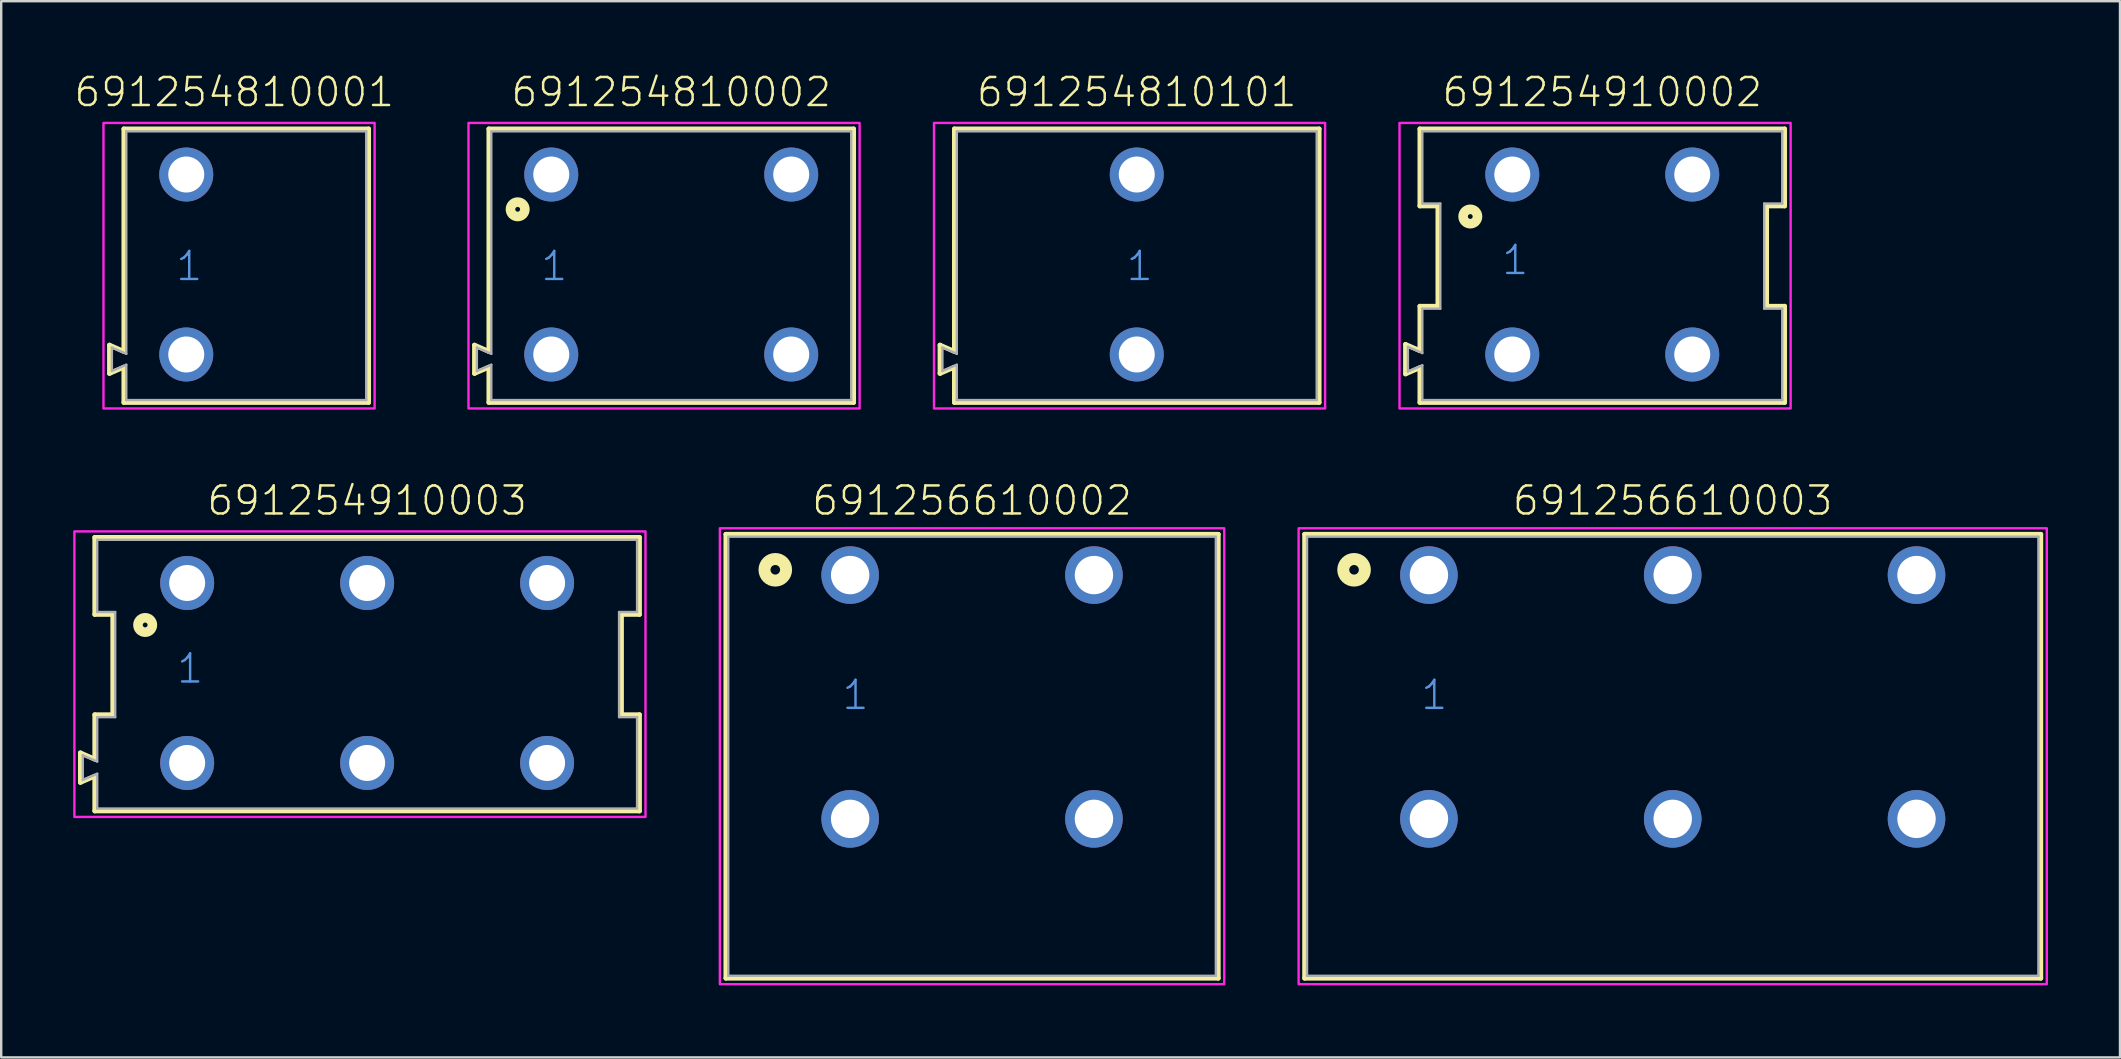
<source format=kicad_pcb>
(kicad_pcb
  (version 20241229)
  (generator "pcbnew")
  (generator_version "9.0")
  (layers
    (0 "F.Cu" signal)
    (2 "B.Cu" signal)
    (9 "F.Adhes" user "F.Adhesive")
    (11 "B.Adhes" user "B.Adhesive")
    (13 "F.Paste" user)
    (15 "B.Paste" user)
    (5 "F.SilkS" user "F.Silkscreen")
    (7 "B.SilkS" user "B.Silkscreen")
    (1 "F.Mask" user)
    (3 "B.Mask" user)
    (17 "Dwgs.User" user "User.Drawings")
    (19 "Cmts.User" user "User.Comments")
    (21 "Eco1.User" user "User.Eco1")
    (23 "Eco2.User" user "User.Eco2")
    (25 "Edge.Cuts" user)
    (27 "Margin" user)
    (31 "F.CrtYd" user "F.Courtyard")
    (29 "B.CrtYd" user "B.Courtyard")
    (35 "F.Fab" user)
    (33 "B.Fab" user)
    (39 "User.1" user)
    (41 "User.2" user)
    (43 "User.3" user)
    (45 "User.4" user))
  (footprint "691254910003"
    (layer "F.Cu")
    (at 12.25 24.996)
    (property "Reference" "691254910003" (at 0 -6.5 0) (unlocked yes) (layer "F.SilkS") (effects (font (size 1.168 1.168) (thickness 0.102)) (justify bottom)))
    (fp_line (start -11.95 3.33) (end -11.35 3.59) (stroke (width 0.2) (type solid)) (layer "F.SilkS"))
    (fp_line (start -11.95 4.56) (end -11.95 3.33) (stroke (width 0.2) (type solid)) (layer "F.SilkS"))
    (fp_line (start -11.35 -5.65) (end 11.35 -5.65) (stroke (width 0.2) (type solid)) (layer "F.SilkS"))
    (fp_line (start -11.35 -2.44) (end -11.35 -5.65) (stroke (width 0.2) (type solid)) (layer "F.SilkS"))
    (fp_line (start -11.35 1.74) (end -10.6 1.74) (stroke (width 0.2) (type solid)) (layer "F.SilkS"))
    (fp_line (start -11.35 3.59) (end -11.35 1.74) (stroke (width 0.2) (type solid)) (layer "F.SilkS"))
    (fp_line (start -11.35 4.3) (end -11.95 4.56) (stroke (width 0.2) (type solid)) (layer "F.SilkS"))
    (fp_line (start -11.35 5.75) (end -11.35 4.3) (stroke (width 0.2) (type solid)) (layer "F.SilkS"))
    (fp_line (start -10.6 -2.44) (end -11.35 -2.44) (stroke (width 0.2) (type solid)) (layer "F.SilkS"))
    (fp_line (start -10.6 1.74) (end -10.6 -2.44) (stroke (width 0.2) (type solid)) (layer "F.SilkS"))
    (fp_line (start 10.6 -2.44) (end 10.6 1.74) (stroke (width 0.2) (type solid)) (layer "F.SilkS"))
    (fp_line (start 10.6 1.74) (end 11.35 1.74) (stroke (width 0.2) (type solid)) (layer "F.SilkS"))
    (fp_line (start 11.35 -5.65) (end 11.35 -2.44) (stroke (width 0.2) (type solid)) (layer "F.SilkS"))
    (fp_line (start 11.35 -2.44) (end 10.6 -2.44) (stroke (width 0.2) (type solid)) (layer "F.SilkS"))
    (fp_line (start 11.35 1.74) (end 11.35 5.75) (stroke (width 0.2) (type solid)) (layer "F.SilkS"))
    (fp_line (start 11.35 5.75) (end -11.35 5.75) (stroke (width 0.2) (type solid)) (layer "F.SilkS"))
    (fp_circle (center -9.25 -2) (end -9.15 -2) (stroke (width 0.4) (type solid)) (fill no) (layer "F.SilkS"))
    (fp_poly (pts (xy 11.6 6) (xy -12.2 6) (xy -12.2 -5.9) (xy 11.6 -5.9)) (stroke (width 0.1) (type default)) (fill no) (layer "F.CrtYd"))
    (fp_line (start -11.85 4.46) (end -11.85 3.43) (stroke (width 0.1) (type solid)) (layer "F.Fab"))
    (fp_line (start -11.85 4.46) (end -11.25 4.2) (stroke (width 0.1) (type solid)) (layer "F.Fab"))
    (fp_line (start -11.25 -5.55) (end -11.25 -2.54) (stroke (width 0.1) (type solid)) (layer "F.Fab"))
    (fp_line (start -11.25 -5.55) (end 11.25 -5.55) (stroke (width 0.1) (type solid)) (layer "F.Fab"))
    (fp_line (start -11.25 -2.54) (end -10.5 -2.54) (stroke (width 0.1) (type solid)) (layer "F.Fab"))
    (fp_line (start -11.25 1.84) (end -11.25 3.69) (stroke (width 0.1) (type solid)) (layer "F.Fab"))
    (fp_line (start -11.25 3.69) (end -11.85 3.43) (stroke (width 0.1) (type solid)) (layer "F.Fab"))
    (fp_line (start -11.25 4.2) (end -11.25 5.65) (stroke (width 0.1) (type solid)) (layer "F.Fab"))
    (fp_line (start -10.5 -2.54) (end -10.5 1.84) (stroke (width 0.1) (type solid)) (layer "F.Fab"))
    (fp_line (start -10.5 1.84) (end -11.25 1.84) (stroke (width 0.1) (type solid)) (layer "F.Fab"))
    (fp_line (start 10.5 -2.54) (end 10.5 1.84) (stroke (width 0.1) (type solid)) (layer "F.Fab"))
    (fp_line (start 10.5 1.84) (end 11.25 1.84) (stroke (width 0.1) (type solid)) (layer "F.Fab"))
    (fp_line (start 11.25 -5.55) (end 11.25 -2.54) (stroke (width 0.1) (type solid)) (layer "F.Fab"))
    (fp_line (start 11.25 -2.54) (end 10.5 -2.54) (stroke (width 0.1) (type solid)) (layer "F.Fab"))
    (fp_line (start 11.25 1.84) (end 11.25 5.65) (stroke (width 0.1) (type solid)) (layer "F.Fab"))
    (fp_line (start 11.25 5.65) (end -11.25 5.65) (stroke (width 0.1) (type solid)) (layer "F.Fab"))
    (fp_text user "1" (at -8 0.5 0) (unlocked yes) (layer "Cmts.User") (effects (font (size 1.168 1.168) (thickness 0.102)) (justify left bottom)))
    (pad "1" thru_hole circle (at -7.5 -3.75) (size 2.25 2.25) (drill 1.5) (layers "*.Cu" "*.Mask"))
    (pad "2" thru_hole circle (at 0 -3.75) (size 2.25 2.25) (drill 1.5) (layers "*.Cu" "*.Mask"))
    (pad "3" thru_hole circle (at 7.5 -3.75) (size 2.25 2.25) (drill 1.5) (layers "*.Cu" "*.Mask"))
    (pad "A1" thru_hole circle (at -7.5 3.75) (size 2.25 2.25) (drill 1.5) (layers "*.Cu" "*.Mask"))
    (pad "A2" thru_hole circle (at 0 3.75) (size 2.25 2.25) (drill 1.5) (layers "*.Cu" "*.Mask"))
    (pad "A3" thru_hole circle (at 7.5 3.75) (size 2.25 2.25) (drill 1.5) (layers "*.Cu" "*.Mask")))
  (footprint "691254910002"
    (layer "F.Cu")
    (at 63.724 7.973)
    (property "Reference" "691254910002" (at 0 -6.5 0) (unlocked yes) (layer "F.SilkS") (effects (font (size 1.168 1.168) (thickness 0.102)) (justify bottom)))
    (fp_line (start -8.2 3.33) (end -7.6 3.59) (stroke (width 0.2) (type solid)) (layer "F.SilkS"))
    (fp_line (start -8.2 4.56) (end -8.2 3.33) (stroke (width 0.2) (type solid)) (layer "F.SilkS"))
    (fp_line (start -7.6 -5.65) (end 7.6 -5.65) (stroke (width 0.2) (type solid)) (layer "F.SilkS"))
    (fp_line (start -7.6 -2.44) (end -7.6 -5.65) (stroke (width 0.2) (type solid)) (layer "F.SilkS"))
    (fp_line (start -7.6 1.74) (end -6.85 1.74) (stroke (width 0.2) (type solid)) (layer "F.SilkS"))
    (fp_line (start -7.6 3.59) (end -7.6 1.74) (stroke (width 0.2) (type solid)) (layer "F.SilkS"))
    (fp_line (start -7.6 4.3) (end -8.2 4.56) (stroke (width 0.2) (type solid)) (layer "F.SilkS"))
    (fp_line (start -7.6 5.75) (end -7.6 4.3) (stroke (width 0.2) (type solid)) (layer "F.SilkS"))
    (fp_line (start -6.85 -2.44) (end -7.6 -2.44) (stroke (width 0.2) (type solid)) (layer "F.SilkS"))
    (fp_line (start -6.85 1.74) (end -6.85 -2.44) (stroke (width 0.2) (type solid)) (layer "F.SilkS"))
    (fp_line (start 6.85 -2.44) (end 6.85 1.74) (stroke (width 0.2) (type solid)) (layer "F.SilkS"))
    (fp_line (start 6.85 1.74) (end 7.6 1.74) (stroke (width 0.2) (type solid)) (layer "F.SilkS"))
    (fp_line (start 7.6 -5.65) (end 7.6 -2.44) (stroke (width 0.2) (type solid)) (layer "F.SilkS"))
    (fp_line (start 7.6 -2.44) (end 6.85 -2.44) (stroke (width 0.2) (type solid)) (layer "F.SilkS"))
    (fp_line (start 7.6 1.74) (end 7.6 5.75) (stroke (width 0.2) (type solid)) (layer "F.SilkS"))
    (fp_line (start 7.6 5.75) (end -7.6 5.75) (stroke (width 0.2) (type solid)) (layer "F.SilkS"))
    (fp_circle (center -5.5 -2) (end -5.4 -2) (stroke (width 0.4) (type solid)) (fill no) (layer "F.SilkS"))
    (fp_poly (pts (xy 7.85 6) (xy -8.45 6) (xy -8.45 -5.9) (xy 7.85 -5.9)) (stroke (width 0.1) (type default)) (fill no) (layer "F.CrtYd"))
    (fp_line (start -8.1 4.46) (end -8.1 3.43) (stroke (width 0.1) (type solid)) (layer "F.Fab"))
    (fp_line (start -8.1 4.46) (end -7.5 4.2) (stroke (width 0.1) (type solid)) (layer "F.Fab"))
    (fp_line (start -7.5 -5.55) (end -7.5 -2.54) (stroke (width 0.1) (type solid)) (layer "F.Fab"))
    (fp_line (start -7.5 -5.55) (end 7.5 -5.55) (stroke (width 0.1) (type solid)) (layer "F.Fab"))
    (fp_line (start -7.5 -2.54) (end -6.75 -2.54) (stroke (width 0.1) (type solid)) (layer "F.Fab"))
    (fp_line (start -7.5 1.84) (end -7.5 3.69) (stroke (width 0.1) (type solid)) (layer "F.Fab"))
    (fp_line (start -7.5 3.69) (end -8.1 3.43) (stroke (width 0.1) (type solid)) (layer "F.Fab"))
    (fp_line (start -7.5 4.2) (end -7.5 5.65) (stroke (width 0.1) (type solid)) (layer "F.Fab"))
    (fp_line (start -6.75 -2.54) (end -6.75 1.84) (stroke (width 0.1) (type solid)) (layer "F.Fab"))
    (fp_line (start -6.75 1.84) (end -7.5 1.84) (stroke (width 0.1) (type solid)) (layer "F.Fab"))
    (fp_line (start 6.75 -2.54) (end 6.75 1.84) (stroke (width 0.1) (type solid)) (layer "F.Fab"))
    (fp_line (start 6.75 1.84) (end 7.5 1.84) (stroke (width 0.1) (type solid)) (layer "F.Fab"))
    (fp_line (start 7.5 -5.55) (end 7.5 -2.54) (stroke (width 0.1) (type solid)) (layer "F.Fab"))
    (fp_line (start 7.5 -2.54) (end 6.75 -2.54) (stroke (width 0.1) (type solid)) (layer "F.Fab"))
    (fp_line (start 7.5 1.84) (end 7.5 5.65) (stroke (width 0.1) (type solid)) (layer "F.Fab"))
    (fp_line (start 7.5 5.65) (end -7.5 5.65) (stroke (width 0.1) (type solid)) (layer "F.Fab"))
    (fp_text user "1" (at -4.25 0.5 0) (unlocked yes) (layer "Cmts.User") (effects (font (size 1.168 1.168) (thickness 0.102)) (justify left bottom)))
    (pad "1" thru_hole circle (at -3.75 -3.75) (size 2.25 2.25) (drill 1.5) (layers "*.Cu" "*.Mask"))
    (pad "2" thru_hole circle (at 3.75 -3.75) (size 2.25 2.25) (drill 1.5) (layers "*.Cu" "*.Mask"))
    (pad "A1" thru_hole circle (at -3.75 3.75) (size 2.25 2.25) (drill 1.5) (layers "*.Cu" "*.Mask"))
    (pad "A2" thru_hole circle (at 3.75 3.75) (size 2.25 2.25) (drill 1.5) (layers "*.Cu" "*.Mask")))
  (footprint "691254810101"
    (layer "F.Cu")
    (at 44.324 7.973)
    (property "Reference" "691254810101" (at 0 -6.5 0) (unlocked yes) (layer "F.SilkS") (effects (font (size 1.168 1.168) (thickness 0.102)) (justify bottom)))
    (fp_line (start -8.2 3.36) (end -7.6 3.622) (stroke (width 0.2) (type solid)) (layer "F.SilkS"))
    (fp_line (start -8.2 4.54) (end -8.2 3.36) (stroke (width 0.2) (type solid)) (layer "F.SilkS"))
    (fp_line (start -7.6 -5.65) (end 7.6 -5.65) (stroke (width 0.2) (type solid)) (layer "F.SilkS"))
    (fp_line (start -7.6 3.622) (end -7.6 -5.65) (stroke (width 0.2) (type solid)) (layer "F.SilkS"))
    (fp_line (start -7.6 4.278) (end -8.2 4.54) (stroke (width 0.2) (type solid)) (layer "F.SilkS"))
    (fp_line (start -7.6 5.75) (end -7.6 4.278) (stroke (width 0.2) (type solid)) (layer "F.SilkS"))
    (fp_line (start 7.6 -5.65) (end 7.6 5.75) (stroke (width 0.2) (type solid)) (layer "F.SilkS"))
    (fp_line (start 7.6 5.75) (end -7.6 5.75) (stroke (width 0.2) (type solid)) (layer "F.SilkS"))
    (fp_poly (pts (xy 7.85 6) (xy -8.45 6) (xy -8.45 -5.9) (xy 7.85 -5.9)) (stroke (width 0.1) (type default)) (fill no) (layer "F.CrtYd"))
    (fp_line (start -8.1 3.46) (end -7.5 3.722) (stroke (width 0.1) (type solid)) (layer "F.Fab"))
    (fp_line (start -8.1 4.44) (end -8.1 3.46) (stroke (width 0.1) (type solid)) (layer "F.Fab"))
    (fp_line (start -8.1 4.44) (end -7.5 4.178) (stroke (width 0.1) (type solid)) (layer "F.Fab"))
    (fp_line (start -7.5 -5.55) (end -7.5 3.722) (stroke (width 0.1) (type solid)) (layer "F.Fab"))
    (fp_line (start -7.5 -5.55) (end 7.5 -5.55) (stroke (width 0.1) (type solid)) (layer "F.Fab"))
    (fp_line (start -7.5 4.178) (end -7.5 5.65) (stroke (width 0.1) (type solid)) (layer "F.Fab"))
    (fp_line (start 7.5 -5.55) (end 7.5 5.65) (stroke (width 0.1) (type solid)) (layer "F.Fab"))
    (fp_line (start 7.5 5.65) (end -7.5 5.65) (stroke (width 0.1) (type solid)) (layer "F.Fab"))
    (fp_text user "1" (at -0.5 0.75 0) (unlocked yes) (layer "Cmts.User") (effects (font (size 1.168 1.168) (thickness 0.102)) (justify left bottom)))
    (pad "1" thru_hole circle (at 0 -3.75) (size 2.25 2.25) (drill 1.5) (layers "*.Cu" "*.Mask"))
    (pad "A1" thru_hole circle (at 0 3.75) (size 2.25 2.25) (drill 1.5) (layers "*.Cu" "*.Mask")))
  (footprint "691254810001"
    (layer "F.Cu")
    (at 4.712 7.973)
    (property "Reference" "691254810001" (at 2 -6.5 0) (unlocked yes) (layer "F.SilkS") (effects (font (size 1.168 1.168) (thickness 0.102)) (justify bottom)))
    (fp_line (start -3.2 3.36) (end -2.6 3.622) (stroke (width 0.2) (type solid)) (layer "F.SilkS"))
    (fp_line (start -3.2 4.54) (end -3.2 3.36) (stroke (width 0.2) (type solid)) (layer "F.SilkS"))
    (fp_line (start -2.6 -5.65) (end 7.6 -5.65) (stroke (width 0.2) (type solid)) (layer "F.SilkS"))
    (fp_line (start -2.6 3.622) (end -2.6 -5.65) (stroke (width 0.2) (type solid)) (layer "F.SilkS"))
    (fp_line (start -2.6 4.278) (end -3.2 4.54) (stroke (width 0.2) (type solid)) (layer "F.SilkS"))
    (fp_line (start -2.6 5.75) (end -2.6 4.278) (stroke (width 0.2) (type solid)) (layer "F.SilkS"))
    (fp_line (start 7.6 -5.65) (end 7.6 5.75) (stroke (width 0.2) (type solid)) (layer "F.SilkS"))
    (fp_line (start 7.6 5.75) (end -2.6 5.75) (stroke (width 0.2) (type solid)) (layer "F.SilkS"))
    (fp_poly (pts (xy 7.85 6) (xy -3.45 6) (xy -3.45 -5.9) (xy 7.85 -5.9)) (stroke (width 0.1) (type default)) (fill no) (layer "F.CrtYd"))
    (fp_line (start -3.1 3.46) (end -2.5 3.722) (stroke (width 0.1) (type solid)) (layer "F.Fab"))
    (fp_line (start -3.1 4.44) (end -3.1 3.46) (stroke (width 0.1) (type solid)) (layer "F.Fab"))
    (fp_line (start -3.1 4.44) (end -2.5 4.178) (stroke (width 0.1) (type solid)) (layer "F.Fab"))
    (fp_line (start -2.5 -5.55) (end -2.5 3.722) (stroke (width 0.1) (type solid)) (layer "F.Fab"))
    (fp_line (start -2.5 -5.55) (end 7.5 -5.55) (stroke (width 0.1) (type solid)) (layer "F.Fab"))
    (fp_line (start -2.5 4.178) (end -2.5 5.65) (stroke (width 0.1) (type solid)) (layer "F.Fab"))
    (fp_line (start 7.5 -5.55) (end 7.5 5.65) (stroke (width 0.1) (type solid)) (layer "F.Fab"))
    (fp_line (start 7.5 5.65) (end -2.5 5.65) (stroke (width 0.1) (type solid)) (layer "F.Fab"))
    (fp_text user "1" (at -0.5 0.75 0) (unlocked yes) (layer "Cmts.User") (effects (font (size 1.168 1.168) (thickness 0.102)) (justify left bottom)))
    (pad "1" thru_hole circle (at 0 -3.75) (size 2.25 2.25) (drill 1.5) (layers "*.Cu" "*.Mask"))
    (pad "A1" thru_hole circle (at 0 3.75) (size 2.25 2.25) (drill 1.5) (layers "*.Cu" "*.Mask")))
  (footprint "691256610003"
    (layer "F.Cu")
    (at 66.66 25.996)
    (property "Reference" "691256610003" (at 0 -7.5 0) (unlocked yes) (layer "F.SilkS") (effects (font (size 1.168 1.168) (thickness 0.102)) (justify bottom)))
    (fp_line (start -15.34 -6.78) (end 15.34 -6.78) (stroke (width 0.2) (type solid)) (layer "F.SilkS"))
    (fp_line (start -15.34 11.72) (end -15.34 -6.78) (stroke (width 0.2) (type solid)) (layer "F.SilkS"))
    (fp_line (start 15.34 -6.78) (end 15.34 11.72) (stroke (width 0.2) (type solid)) (layer "F.SilkS"))
    (fp_line (start 15.34 11.72) (end -15.34 11.72) (stroke (width 0.2) (type solid)) (layer "F.SilkS"))
    (fp_circle (center -13.28 -5.3) (end -13.08 -5.3) (stroke (width 0.5) (type solid)) (fill no) (layer "F.SilkS"))
    (fp_poly (pts (xy 15.59 11.97) (xy -15.59 11.97) (xy -15.59 -7.03) (xy 15.59 -7.03)) (stroke (width 0.1) (type default)) (fill no) (layer "F.CrtYd"))
    (fp_line (start -15.24 -6.68) (end 15.24 -6.68) (stroke (width 0.1) (type solid)) (layer "F.Fab"))
    (fp_line (start -15.24 11.62) (end -15.24 -6.68) (stroke (width 0.1) (type solid)) (layer "F.Fab"))
    (fp_line (start 15.24 -6.68) (end 15.24 11.62) (stroke (width 0.1) (type solid)) (layer "F.Fab"))
    (fp_line (start 15.24 11.62) (end -15.24 11.62) (stroke (width 0.1) (type solid)) (layer "F.Fab"))
    (fp_text user "1" (at -10.56 0.6 0) (unlocked yes) (layer "Cmts.User") (effects (font (size 1.168 1.168) (thickness 0.102)) (justify left bottom)))
    (pad "1" thru_hole circle (at -10.16 -5.08) (size 2.4 2.4) (drill 1.6) (layers "*.Cu" "*.Mask"))
    (pad "2" thru_hole circle (at 0 -5.08) (size 2.4 2.4) (drill 1.6) (layers "*.Cu" "*.Mask"))
    (pad "3" thru_hole circle (at 10.16 -5.08) (size 2.4 2.4) (drill 1.6) (layers "*.Cu" "*.Mask"))
    (pad "A1" thru_hole circle (at -10.16 5.08) (size 2.4 2.4) (drill 1.6) (layers "*.Cu" "*.Mask"))
    (pad "A2" thru_hole circle (at 0 5.08) (size 2.4 2.4) (drill 1.6) (layers "*.Cu" "*.Mask"))
    (pad "A3" thru_hole circle (at 10.16 5.08) (size 2.4 2.4) (drill 1.6) (layers "*.Cu" "*.Mask")))
  (footprint "691254810002"
    (layer "F.Cu")
    (at 24.924 7.973)
    (property "Reference" "691254810002" (at 0 -6.5 0) (unlocked yes) (layer "F.SilkS") (effects (font (size 1.168 1.168) (thickness 0.102)) (justify bottom)))
    (fp_line (start -8.2 3.36) (end -7.6 3.622) (stroke (width 0.2) (type solid)) (layer "F.SilkS"))
    (fp_line (start -8.2 4.54) (end -8.2 3.36) (stroke (width 0.2) (type solid)) (layer "F.SilkS"))
    (fp_line (start -7.6 -5.65) (end 7.6 -5.65) (stroke (width 0.2) (type solid)) (layer "F.SilkS"))
    (fp_line (start -7.6 3.622) (end -7.6 -5.65) (stroke (width 0.2) (type solid)) (layer "F.SilkS"))
    (fp_line (start -7.6 4.278) (end -8.2 4.54) (stroke (width 0.2) (type solid)) (layer "F.SilkS"))
    (fp_line (start -7.6 5.75) (end -7.6 4.278) (stroke (width 0.2) (type solid)) (layer "F.SilkS"))
    (fp_line (start 7.6 -5.65) (end 7.6 5.75) (stroke (width 0.2) (type solid)) (layer "F.SilkS"))
    (fp_line (start 7.6 5.75) (end -7.6 5.75) (stroke (width 0.2) (type solid)) (layer "F.SilkS"))
    (fp_circle (center -6.4 -2.3) (end -6.3 -2.3) (stroke (width 0.4) (type solid)) (fill no) (layer "F.SilkS"))
    (fp_poly (pts (xy 7.85 6) (xy -8.45 6) (xy -8.45 -5.9) (xy 7.85 -5.9)) (stroke (width 0.1) (type default)) (fill no) (layer "F.CrtYd"))
    (fp_line (start -8.1 3.46) (end -7.5 3.722) (stroke (width 0.1) (type solid)) (layer "F.Fab"))
    (fp_line (start -8.1 4.44) (end -8.1 3.46) (stroke (width 0.1) (type solid)) (layer "F.Fab"))
    (fp_line (start -8.1 4.44) (end -7.5 4.178) (stroke (width 0.1) (type solid)) (layer "F.Fab"))
    (fp_line (start -7.5 -5.55) (end -7.5 3.722) (stroke (width 0.1) (type solid)) (layer "F.Fab"))
    (fp_line (start -7.5 -5.55) (end 7.5 -5.55) (stroke (width 0.1) (type solid)) (layer "F.Fab"))
    (fp_line (start -7.5 4.178) (end -7.5 5.65) (stroke (width 0.1) (type solid)) (layer "F.Fab"))
    (fp_line (start 7.5 -5.55) (end 7.5 5.65) (stroke (width 0.1) (type solid)) (layer "F.Fab"))
    (fp_line (start 7.5 5.65) (end -7.5 5.65) (stroke (width 0.1) (type solid)) (layer "F.Fab"))
    (fp_text user "1" (at -5.5 0.75 0) (unlocked yes) (layer "Cmts.User") (effects (font (size 1.168 1.168) (thickness 0.102)) (justify left bottom)))
    (pad "1" thru_hole circle (at -5 -3.75) (size 2.25 2.25) (drill 1.5) (layers "*.Cu" "*.Mask"))
    (pad "2" thru_hole circle (at 5 -3.75) (size 2.25 2.25) (drill 1.5) (layers "*.Cu" "*.Mask"))
    (pad "A1" thru_hole circle (at -5 3.75) (size 2.25 2.25) (drill 1.5) (layers "*.Cu" "*.Mask"))
    (pad "A2" thru_hole circle (at 5 3.75) (size 2.25 2.25) (drill 1.5) (layers "*.Cu" "*.Mask")))
  (footprint "691256610002"
    (layer "F.Cu")
    (at 37.46 25.996)
    (property "Reference" "691256610002" (at 0 -7.5 0) (unlocked yes) (layer "F.SilkS") (effects (font (size 1.168 1.168) (thickness 0.102)) (justify bottom)))
    (fp_line (start -10.26 -6.78) (end 10.26 -6.78) (stroke (width 0.2) (type solid)) (layer "F.SilkS"))
    (fp_line (start -10.26 11.72) (end -10.26 -6.78) (stroke (width 0.2) (type solid)) (layer "F.SilkS"))
    (fp_line (start 10.26 -6.78) (end 10.26 11.72) (stroke (width 0.2) (type solid)) (layer "F.SilkS"))
    (fp_line (start 10.26 11.72) (end -10.26 11.72) (stroke (width 0.2) (type solid)) (layer "F.SilkS"))
    (fp_circle (center -8.2 -5.3) (end -8 -5.3) (stroke (width 0.5) (type solid)) (fill no) (layer "F.SilkS"))
    (fp_poly (pts (xy 10.51 11.97) (xy -10.51 11.97) (xy -10.51 -7.03) (xy 10.51 -7.03)) (stroke (width 0.1) (type default)) (fill no) (layer "F.CrtYd"))
    (fp_line (start -10.16 -6.68) (end 10.16 -6.68) (stroke (width 0.1) (type solid)) (layer "F.Fab"))
    (fp_line (start -10.16 11.62) (end -10.16 -6.68) (stroke (width 0.1) (type solid)) (layer "F.Fab"))
    (fp_line (start 10.16 -6.68) (end 10.16 11.62) (stroke (width 0.1) (type solid)) (layer "F.Fab"))
    (fp_line (start 10.16 11.62) (end -10.16 11.62) (stroke (width 0.1) (type solid)) (layer "F.Fab"))
    (fp_text user "1" (at -5.48 0.6 0) (unlocked yes) (layer "Cmts.User") (effects (font (size 1.168 1.168) (thickness 0.102)) (justify left bottom)))
    (pad "1" thru_hole circle (at -5.08 -5.08) (size 2.4 2.4) (drill 1.6) (layers "*.Cu" "*.Mask"))
    (pad "2" thru_hole circle (at 5.08 -5.08) (size 2.4 2.4) (drill 1.6) (layers "*.Cu" "*.Mask"))
    (pad "A1" thru_hole circle (at -5.08 5.08) (size 2.4 2.4) (drill 1.6) (layers "*.Cu" "*.Mask"))
    (pad "A2" thru_hole circle (at 5.08 5.08) (size 2.4 2.4) (drill 1.6) (layers "*.Cu" "*.Mask")))
  (gr_rect
    (start -3 -3)
    (end 85.3 41.016)
    (stroke (width 0.1) (type default))
    (fill no)
    (layer "Edge.Cuts")))
</source>
